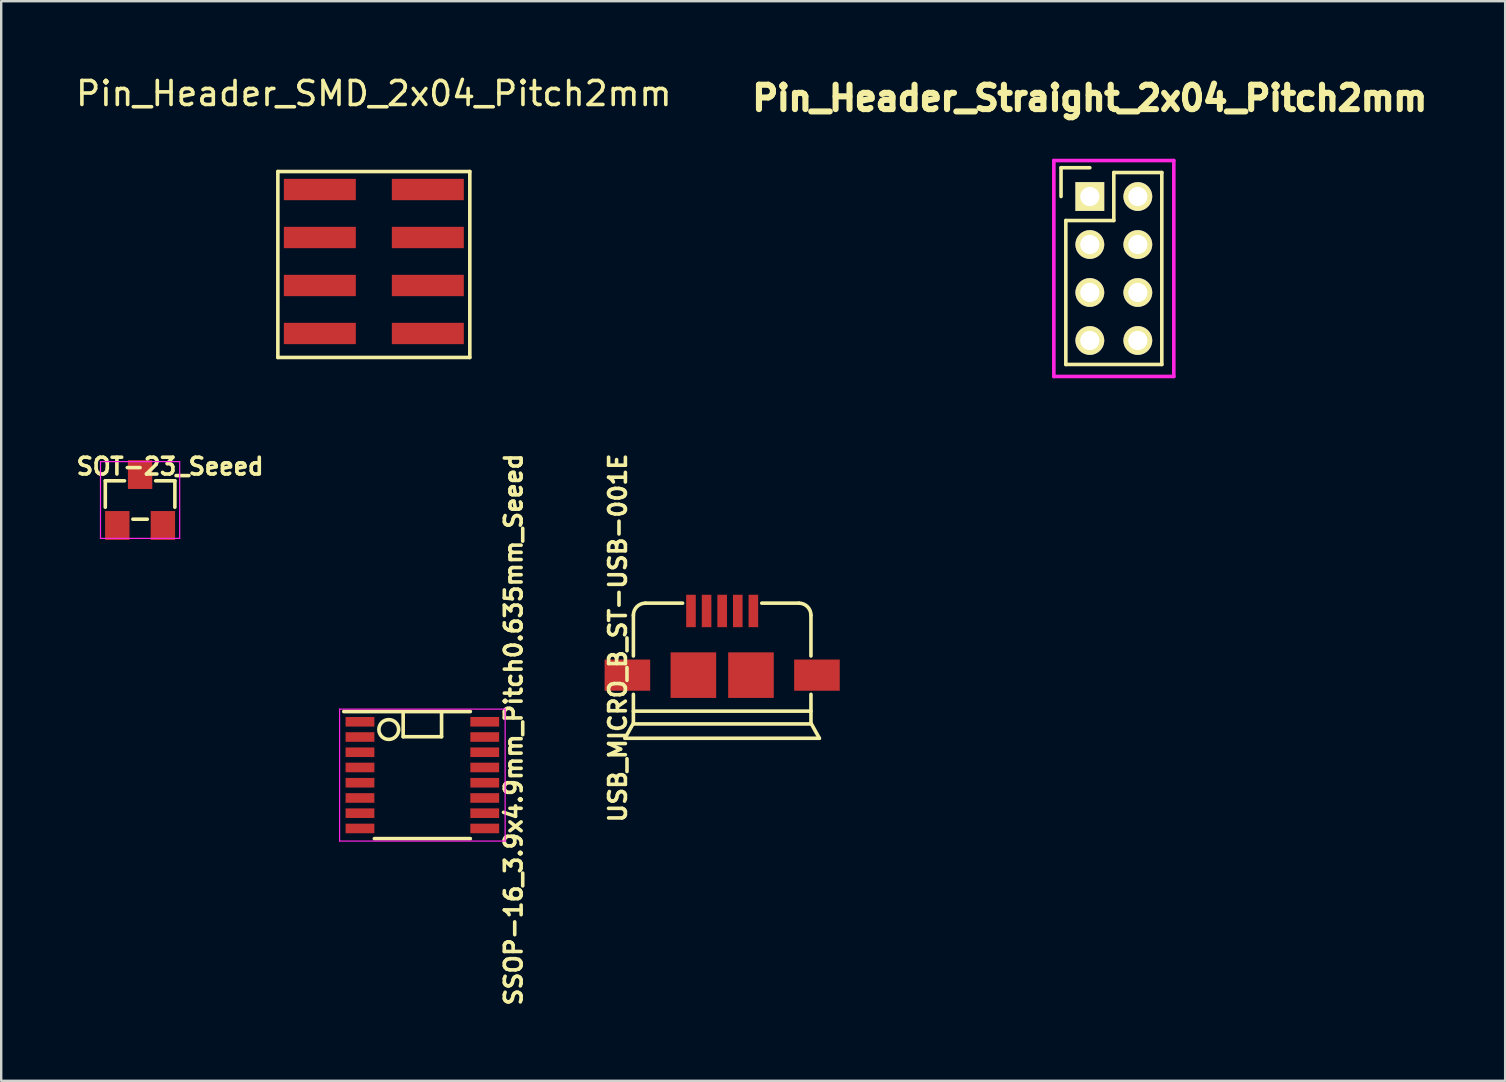
<source format=kicad_pcb>
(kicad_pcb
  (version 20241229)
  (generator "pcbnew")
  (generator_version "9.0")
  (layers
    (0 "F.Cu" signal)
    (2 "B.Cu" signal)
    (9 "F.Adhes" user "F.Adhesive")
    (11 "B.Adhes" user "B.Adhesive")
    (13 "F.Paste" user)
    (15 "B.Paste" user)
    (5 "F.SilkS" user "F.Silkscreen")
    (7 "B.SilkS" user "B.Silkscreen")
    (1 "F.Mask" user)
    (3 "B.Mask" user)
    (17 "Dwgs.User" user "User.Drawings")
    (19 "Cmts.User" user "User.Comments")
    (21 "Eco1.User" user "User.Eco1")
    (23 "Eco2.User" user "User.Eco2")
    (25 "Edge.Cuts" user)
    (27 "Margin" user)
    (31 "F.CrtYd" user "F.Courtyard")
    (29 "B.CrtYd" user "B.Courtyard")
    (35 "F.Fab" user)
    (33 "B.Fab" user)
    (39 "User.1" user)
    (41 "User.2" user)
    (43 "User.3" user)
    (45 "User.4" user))
  (footprint "Pin_Header_Straight_2x04_Pitch2mm"
    (layer "F.Cu")
    (at 42.369 5.14)
    (property "Reference" "Pin_Header_Straight_2x04_Pitch2mm" (at 0 -4.1 0) (layer "F.SilkS") (effects (font (size 1.016 1.016) (thickness 0.254))))
    (attr through_hole)
    (fp_line (start -1.2 -1.2) (end -1.2 0) (stroke (width 0.15) (type solid)) (layer "F.SilkS"))
    (fp_line (start -1 1) (end -1 7) (stroke (width 0.15) (type solid)) (layer "F.SilkS"))
    (fp_line (start -1 7) (end 3 7) (stroke (width 0.15) (type solid)) (layer "F.SilkS"))
    (fp_line (start 0 -1.2) (end -1.2 -1.2) (stroke (width 0.15) (type solid)) (layer "F.SilkS"))
    (fp_line (start 1 -1) (end 1 1) (stroke (width 0.15) (type solid)) (layer "F.SilkS"))
    (fp_line (start 1 1) (end -1 1) (stroke (width 0.15) (type solid)) (layer "F.SilkS"))
    (fp_line (start 3 -1) (end 1 -1) (stroke (width 0.15) (type solid)) (layer "F.SilkS"))
    (fp_line (start 3 7) (end 3 -1) (stroke (width 0.15) (type solid)) (layer "F.SilkS"))
    (fp_line (start -1.5 -1.5) (end 3.5 -1.5) (stroke (width 0.15) (type solid)) (layer "F.CrtYd"))
    (fp_line (start -1.5 7.5) (end -1.5 -1.5) (stroke (width 0.15) (type solid)) (layer "F.CrtYd"))
    (fp_line (start 3.5 -1.5) (end 3.5 7.5) (stroke (width 0.15) (type solid)) (layer "F.CrtYd"))
    (fp_line (start 3.5 7.5) (end -1.5 7.5) (stroke (width 0.15) (type solid)) (layer "F.CrtYd"))
    (pad "1" thru_hole rect (at 0 0) (size 1.2 1.2) (drill 0.8) (layers "*.Cu" "*.Mask" "F.SilkS"))
    (pad "2" thru_hole circle (at 2 0 270) (size 1.2 1.2) (drill 0.8) (layers "*.Cu" "*.Mask" "F.SilkS"))
    (pad "3" thru_hole circle (at 0 2 270) (size 1.2 1.2) (drill 0.8) (layers "*.Cu" "*.Mask" "F.SilkS"))
    (pad "4" thru_hole circle (at 2 2 270) (size 1.2 1.2) (drill 0.8) (layers "*.Cu" "*.Mask" "F.SilkS"))
    (pad "5" thru_hole circle (at 0 4 270) (size 1.2 1.2) (drill 0.8) (layers "*.Cu" "*.Mask" "F.SilkS"))
    (pad "6" thru_hole circle (at 2 4 270) (size 1.2 1.2) (drill 0.8) (layers "*.Cu" "*.Mask" "F.SilkS"))
    (pad "7" thru_hole circle (at 0 6 270) (size 1.2 1.2) (drill 0.8) (layers "*.Cu" "*.Mask" "F.SilkS"))
    (pad "8" thru_hole circle (at 2 6 270) (size 1.2 1.2) (drill 0.8) (layers "*.Cu" "*.Mask" "F.SilkS")))
  (footprint "USB_MICRO_B_ST-USB-001E"
    (layer "F.Cu")
    (at 27.047 26.587)
    (property "Reference" "USB_MICRO_B_ST-USB-001E" (at -4.35 -3.05 90) (layer "F.SilkS") (effects (font (size 0.7 0.7) (thickness 0.15))))
    (attr smd)
    (fp_line (start -4.05 1.13) (end -3.7 0.5) (stroke (width 0.15) (type solid)) (layer "F.SilkS"))
    (fp_line (start -3.7 -2.3) (end -3.7 -4) (stroke (width 0.15) (type solid)) (layer "F.SilkS"))
    (fp_line (start -3.7 -0.7) (end -3.7 0.5) (stroke (width 0.15) (type solid)) (layer "F.SilkS"))
    (fp_line (start -3.7 0) (end 3.7 0) (stroke (width 0.15) (type solid)) (layer "F.SilkS"))
    (fp_line (start -3.683 0.532) (end 3.683 0.532) (stroke (width 0.15) (type solid)) (layer "F.SilkS"))
    (fp_line (start -3.2 -4.5) (end -1.65 -4.5) (stroke (width 0.15) (type solid)) (layer "F.SilkS"))
    (fp_line (start 3.2 -4.5) (end 1.65 -4.5) (stroke (width 0.15) (type solid)) (layer "F.SilkS"))
    (fp_line (start 3.7 -4) (end 3.7 -2.3) (stroke (width 0.15) (type solid)) (layer "F.SilkS"))
    (fp_line (start 3.7 -0.7) (end 3.7 0.5) (stroke (width 0.15) (type solid)) (layer "F.SilkS"))
    (fp_line (start 3.7 0.5) (end 4.05 1.13) (stroke (width 0.15) (type solid)) (layer "F.SilkS"))
    (fp_line (start 4.05 1.13) (end -4.05 1.13) (stroke (width 0.15) (type solid)) (layer "F.SilkS"))
    (fp_arc (start -3.7 -4) (mid -3.553553 -4.353553) (end -3.2 -4.5) (stroke (width 0.15) (type solid)) (layer "F.SilkS"))
    (fp_arc (start 3.2 -4.5) (mid 3.553553 -4.353553) (end 3.7 -4) (stroke (width 0.15) (type solid)) (layer "F.SilkS"))
    (pad "1" smd rect (at -1.3 -4.175) (size 0.4 1.35) (layers "F.Cu" "F.Mask" "F.Paste"))
    (pad "2" smd rect (at -0.65 -4.175) (size 0.4 1.35) (layers "F.Cu" "F.Mask" "F.Paste"))
    (pad "3" smd rect (at 0 -4.175) (size 0.4 1.35) (layers "F.Cu" "F.Mask" "F.Paste"))
    (pad "4" smd rect (at 0.65 -4.175) (size 0.4 1.35) (layers "F.Cu" "F.Mask" "F.Paste"))
    (pad "5" smd rect (at 1.3 -4.175) (size 0.4 1.35) (layers "F.Cu" "F.Mask" "F.Paste"))
    (pad "6" smd rect (at 3.95 -1.5) (size 1.9 1.3) (layers "F.Cu" "F.Mask" "F.Paste"))
    (pad "7" smd rect (at 1.2 -1.5) (size 1.9 1.9) (layers "F.Cu" "F.Mask" "F.Paste"))
    (pad "8" smd rect (at -1.2 -1.5) (size 1.9 1.9) (layers "F.Cu" "F.Mask" "F.Paste"))
    (pad "9" smd rect (at -3.95 -1.5) (size 1.9 1.3) (layers "F.Cu" "F.Mask" "F.Paste")))
  (footprint "SOT-23_Seeed"
    (layer "F.Cu")
    (at 2.788 17.788)
    (property "Reference" "SOT-23_Seeed" (at 1.25 -1.4 0) (layer "F.SilkS") (effects (font (size 0.7 0.7) (thickness 0.15))))
    (attr smd)
    (fp_line (start -1.45 -0.8) (end -1.45 0.3) (stroke (width 0.15) (type solid)) (layer "F.SilkS"))
    (fp_line (start -0.65 -0.8) (end -1.45 -0.8) (stroke (width 0.15) (type solid)) (layer "F.SilkS"))
    (fp_line (start -0.3 0.8) (end 0.3 0.8) (stroke (width 0.15) (type solid)) (layer "F.SilkS"))
    (fp_line (start 0.65 -0.8) (end 1.45 -0.8) (stroke (width 0.15) (type solid)) (layer "F.SilkS"))
    (fp_line (start 1.45 -0.8) (end 1.45 0.3) (stroke (width 0.15) (type solid)) (layer "F.SilkS"))
    (fp_line (start -1.65 -1.6) (end 1.65 -1.6) (stroke (width 0.05) (type solid)) (layer "F.CrtYd"))
    (fp_line (start -1.65 1.6) (end -1.65 -1.6) (stroke (width 0.05) (type solid)) (layer "F.CrtYd"))
    (fp_line (start 1.65 -1.6) (end 1.65 1.6) (stroke (width 0.05) (type solid)) (layer "F.CrtYd"))
    (fp_line (start 1.65 1.6) (end -1.65 1.6) (stroke (width 0.05) (type solid)) (layer "F.CrtYd"))
    (pad "1" smd rect (at -0.95 1.06) (size 1.016 1.2) (layers "F.Cu" "F.Mask" "F.Paste"))
    (pad "2" smd rect (at 0.95 1.06) (size 1.016 1.2) (layers "F.Cu" "F.Mask" "F.Paste"))
    (pad "3" smd rect (at 0 -1.06) (size 1.016 1.2) (layers "F.Cu" "F.Mask" "F.Paste")))
  (footprint "Pin_Header_SMD_2x04_Pitch2mm"
    (layer "F.Cu")
    (at 11.53 4.848)
    (property "Reference" "Pin_Header_SMD_2x04_Pitch2mm" (at 1 -4 180) (layer "F.SilkS") (effects (font (size 1 1) (thickness 0.15))))
    (attr through_hole)
    (fp_line (start -3 -0.75) (end -3 7) (stroke (width 0.15) (type solid)) (layer "F.SilkS"))
    (fp_line (start -3 7) (end 5 7) (stroke (width 0.15) (type solid)) (layer "F.SilkS"))
    (fp_line (start 5 -0.75) (end -3 -0.75) (stroke (width 0.15) (type solid)) (layer "F.SilkS"))
    (fp_line (start 5 7) (end 5 -0.75) (stroke (width 0.15) (type solid)) (layer "F.SilkS"))
    (pad "1" smd rect (at -1.25 0 270) (size 0.89 3) (layers "F.Cu" "F.Mask" "F.Paste"))
    (pad "2" smd rect (at 3.25 0 270) (size 0.89 3) (layers "F.Cu" "F.Mask" "F.Paste"))
    (pad "3" smd rect (at -1.25 2 270) (size 0.89 3) (layers "F.Cu" "F.Mask" "F.Paste"))
    (pad "4" smd rect (at 3.25 2 270) (size 0.89 3) (layers "F.Cu" "F.Mask" "F.Paste"))
    (pad "5" smd rect (at -1.25 4 270) (size 0.89 3) (layers "F.Cu" "F.Mask" "F.Paste"))
    (pad "6" smd rect (at 3.25 4 270) (size 0.89 3) (layers "F.Cu" "F.Mask" "F.Paste"))
    (pad "7" smd rect (at -1.25 6 270) (size 0.89 3) (layers "F.Cu" "F.Mask" "F.Paste"))
    (pad "8" smd rect (at 3.25 6 270) (size 0.89 3) (layers "F.Cu" "F.Mask" "F.Paste")))
  (footprint "SSOP-16_3.9x4.9mm_Pitch0.635mm_Seeed"
    (layer "F.Cu")
    (at 14.552 29.253)
    (property "Reference" "SSOP-16_3.9x4.9mm_Pitch0.635mm_Seeed" (at 3.8 -1.9 90) (layer "F.SilkS") (effects (font (size 0.7 0.7) (thickness 0.15))))
    (attr smd)
    (fp_line (start -3.275 -2.647) (end 2 -2.647) (stroke (width 0.15) (type solid)) (layer "F.SilkS"))
    (fp_line (start -2 2.647) (end 2 2.647) (stroke (width 0.15) (type solid)) (layer "F.SilkS"))
    (fp_line (start -0.8 -2.6) (end -0.8 -1.6) (stroke (width 0.15) (type solid)) (layer "F.SilkS"))
    (fp_line (start -0.8 -1.6) (end 0.8 -1.6) (stroke (width 0.15) (type solid)) (layer "F.SilkS"))
    (fp_line (start 0.8 -1.6) (end 0.8 -2.6) (stroke (width 0.15) (type solid)) (layer "F.SilkS"))
    (fp_circle (center -1.4 -1.9) (end -1.3 -2.3) (stroke (width 0.15) (type solid)) (fill no) (layer "F.SilkS"))
    (fp_line (start -3.45 -2.75) (end -3.45 2.75) (stroke (width 0.05) (type solid)) (layer "F.CrtYd"))
    (fp_line (start -3.45 -2.75) (end 3.45 -2.75) (stroke (width 0.05) (type solid)) (layer "F.CrtYd"))
    (fp_line (start -3.45 2.75) (end 3.45 2.75) (stroke (width 0.05) (type solid)) (layer "F.CrtYd"))
    (fp_line (start 3.45 -2.75) (end 3.45 2.75) (stroke (width 0.05) (type solid)) (layer "F.CrtYd"))
    (pad "1" smd rect (at -2.6 -2.223) (size 1.2 0.4) (layers "F.Cu" "F.Mask" "F.Paste"))
    (pad "2" smd rect (at -2.6 -1.587) (size 1.2 0.4) (layers "F.Cu" "F.Mask" "F.Paste"))
    (pad "3" smd rect (at -2.6 -0.953) (size 1.2 0.4) (layers "F.Cu" "F.Mask" "F.Paste"))
    (pad "4" smd rect (at -2.6 -0.318) (size 1.2 0.4) (layers "F.Cu" "F.Mask" "F.Paste"))
    (pad "5" smd rect (at -2.6 0.318) (size 1.2 0.4) (layers "F.Cu" "F.Mask" "F.Paste"))
    (pad "6" smd rect (at -2.6 0.953) (size 1.2 0.4) (layers "F.Cu" "F.Mask" "F.Paste"))
    (pad "7" smd rect (at -2.6 1.587) (size 1.2 0.4) (layers "F.Cu" "F.Mask" "F.Paste"))
    (pad "8" smd rect (at -2.6 2.223) (size 1.2 0.4) (layers "F.Cu" "F.Mask" "F.Paste"))
    (pad "9" smd rect (at 2.6 2.223) (size 1.2 0.4) (layers "F.Cu" "F.Mask" "F.Paste"))
    (pad "10" smd rect (at 2.6 1.587) (size 1.2 0.4) (layers "F.Cu" "F.Mask" "F.Paste"))
    (pad "11" smd rect (at 2.6 0.953) (size 1.2 0.4) (layers "F.Cu" "F.Mask" "F.Paste"))
    (pad "12" smd rect (at 2.6 0.318) (size 1.2 0.4) (layers "F.Cu" "F.Mask" "F.Paste"))
    (pad "13" smd rect (at 2.6 -0.318) (size 1.2 0.4) (layers "F.Cu" "F.Mask" "F.Paste"))
    (pad "14" smd rect (at 2.6 -0.953) (size 1.2 0.4) (layers "F.Cu" "F.Mask" "F.Paste"))
    (pad "15" smd rect (at 2.6 -1.587) (size 1.2 0.4) (layers "F.Cu" "F.Mask" "F.Paste"))
    (pad "16" smd rect (at 2.6 -2.223) (size 1.2 0.4) (layers "F.Cu" "F.Mask" "F.Paste")))
  (gr_rect
    (start -3 -3)
    (end 59.679 41.992)
    (stroke (width 0.1) (type default))
    (fill no)
    (layer "Edge.Cuts")))
</source>
